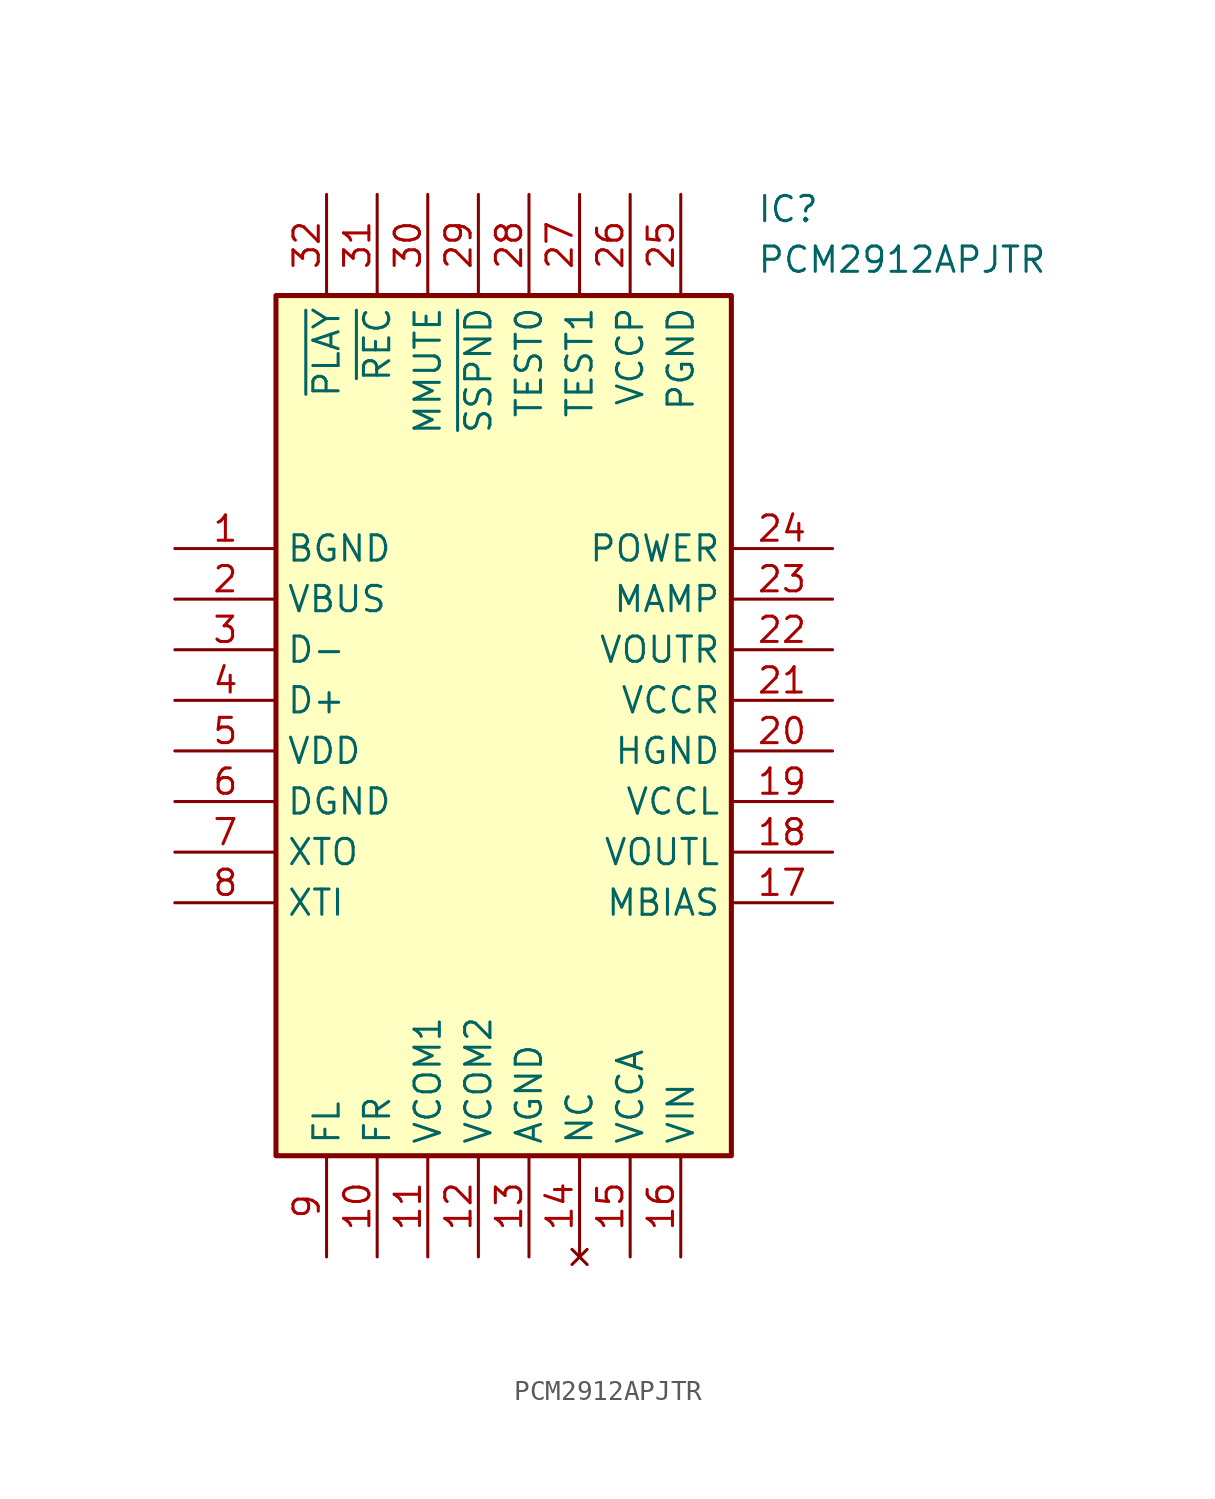
<source format=kicad_sym>
(kicad_symbol_lib
  (version 20211014)
  (generator SamacSys_ECAD_Model)
  (symbol "PCM2912APJTR"
    (property "Reference" "IC"
      (at 29.21 17.78 0)
      (effects (font (size 1.27 1.27)) (justify left top)))
    (property "Value" "PCM2912APJTR"
      (at 29.21 15.24 0)
      (effects (font (size 1.27 1.27)) (justify left top)))
    (rectangle
      (start 5.08 12.7)
      (end 27.94 -30.48)
      (stroke (width 0.254) (type default))
      (fill (type background)))
    (pin power_in line
      (at 0 0 0)
      (length 5.08)
      (name "BGND" (effects (font (size 1.27 1.27))))
      (number "1" (effects (font (size 1.27 1.27)))))
    (pin power_in line
      (at 0 -2.54 0)
      (length 5.08)
      (name "VBUS" (effects (font (size 1.27 1.27))))
      (number "2" (effects (font (size 1.27 1.27)))))
    (pin bidirectional line
      (at 0 -5.08 0)
      (length 5.08)
      (name "D-" (effects (font (size 1.27 1.27))))
      (number "3" (effects (font (size 1.27 1.27)))))
    (pin bidirectional line
      (at 0 -7.62 0)
      (length 5.08)
      (name "D+" (effects (font (size 1.27 1.27))))
      (number "4" (effects (font (size 1.27 1.27)))))
    (pin power_in line
      (at 0 -10.16 0)
      (length 5.08)
      (name "VDD" (effects (font (size 1.27 1.27))))
      (number "5" (effects (font (size 1.27 1.27)))))
    (pin power_in line
      (at 0 -12.7 0)
      (length 5.08)
      (name "DGND" (effects (font (size 1.27 1.27))))
      (number "6" (effects (font (size 1.27 1.27)))))
    (pin output line
      (at 0 -15.24 0)
      (length 5.08)
      (name "XTO" (effects (font (size 1.27 1.27))))
      (number "7" (effects (font (size 1.27 1.27)))))
    (pin input line
      (at 0 -17.78 0)
      (length 5.08)
      (name "XTI" (effects (font (size 1.27 1.27))))
      (number "8" (effects (font (size 1.27 1.27)))))
    (pin passive line
      (at 7.62 -35.56 90)
      (length 5.08)
      (name "FL" (effects (font (size 1.27 1.27))))
      (number "9" (effects (font (size 1.27 1.27)))))
    (pin passive line
      (at 10.16 -35.56 90)
      (length 5.08)
      (name "FR" (effects (font (size 1.27 1.27))))
      (number "10" (effects (font (size 1.27 1.27)))))
    (pin power_in line
      (at 12.7 -35.56 90)
      (length 5.08)
      (name "VCOM1" (effects (font (size 1.27 1.27))))
      (number "11" (effects (font (size 1.27 1.27)))))
    (pin power_in line
      (at 15.24 -35.56 90)
      (length 5.08)
      (name "VCOM2" (effects (font (size 1.27 1.27))))
      (number "12" (effects (font (size 1.27 1.27)))))
    (pin power_in line
      (at 17.78 -35.56 90)
      (length 5.08)
      (name "AGND" (effects (font (size 1.27 1.27))))
      (number "13" (effects (font (size 1.27 1.27)))))
    (pin no_connect line
      (at 20.32 -35.56 90)
      (length 5.08)
      (name "NC" (effects (font (size 1.27 1.27))))
      (number "14" (effects (font (size 1.27 1.27)))))
    (pin power_in line
      (at 22.86 -35.56 90)
      (length 5.08)
      (name "VCCA" (effects (font (size 1.27 1.27))))
      (number "15" (effects (font (size 1.27 1.27)))))
    (pin input line
      (at 25.4 -35.56 90)
      (length 5.08)
      (name "VIN" (effects (font (size 1.27 1.27))))
      (number "16" (effects (font (size 1.27 1.27)))))
    (pin input line
      (at 33.02 0 180)
      (length 5.08)
      (name "POWER" (effects (font (size 1.27 1.27))))
      (number "24" (effects (font (size 1.27 1.27)))))
    (pin input line
      (at 33.02 -2.54 180)
      (length 5.08)
      (name "MAMP" (effects (font (size 1.27 1.27))))
      (number "23" (effects (font (size 1.27 1.27)))))
    (pin output line
      (at 33.02 -5.08 180)
      (length 5.08)
      (name "VOUTR" (effects (font (size 1.27 1.27))))
      (number "22" (effects (font (size 1.27 1.27)))))
    (pin power_in line
      (at 33.02 -7.62 180)
      (length 5.08)
      (name "VCCR" (effects (font (size 1.27 1.27))))
      (number "21" (effects (font (size 1.27 1.27)))))
    (pin power_in line
      (at 33.02 -10.16 180)
      (length 5.08)
      (name "HGND" (effects (font (size 1.27 1.27))))
      (number "20" (effects (font (size 1.27 1.27)))))
    (pin power_in line
      (at 33.02 -12.7 180)
      (length 5.08)
      (name "VCCL" (effects (font (size 1.27 1.27))))
      (number "19" (effects (font (size 1.27 1.27)))))
    (pin output line
      (at 33.02 -15.24 180)
      (length 5.08)
      (name "VOUTL" (effects (font (size 1.27 1.27))))
      (number "18" (effects (font (size 1.27 1.27)))))
    (pin output line
      (at 33.02 -17.78 180)
      (length 5.08)
      (name "MBIAS" (effects (font (size 1.27 1.27))))
      (number "17" (effects (font (size 1.27 1.27)))))
    (pin output line
      (at 7.62 17.78 270)
      (length 5.08)
      (name "~{PLAY}" (effects (font (size 1.27 1.27))))
      (number "32" (effects (font (size 1.27 1.27)))))
    (pin output line
      (at 10.16 17.78 270)
      (length 5.08)
      (name "~{REC}" (effects (font (size 1.27 1.27))))
      (number "31" (effects (font (size 1.27 1.27)))))
    (pin input line
      (at 12.7 17.78 270)
      (length 5.08)
      (name "MMUTE" (effects (font (size 1.27 1.27))))
      (number "30" (effects (font (size 1.27 1.27)))))
    (pin output line
      (at 15.24 17.78 270)
      (length 5.08)
      (name "~{SSPND}" (effects (font (size 1.27 1.27))))
      (number "29" (effects (font (size 1.27 1.27)))))
    (pin input line
      (at 17.78 17.78 270)
      (length 5.08)
      (name "TEST0" (effects (font (size 1.27 1.27))))
      (number "28" (effects (font (size 1.27 1.27)))))
    (pin input line
      (at 20.32 17.78 270)
      (length 5.08)
      (name "TEST1" (effects (font (size 1.27 1.27))))
      (number "27" (effects (font (size 1.27 1.27)))))
    (pin power_in line
      (at 22.86 17.78 270)
      (length 5.08)
      (name "VCCP" (effects (font (size 1.27 1.27))))
      (number "26" (effects (font (size 1.27 1.27)))))
    (pin power_in line
      (at 25.4 17.78 270)
      (length 5.08)
      (name "PGND" (effects (font (size 1.27 1.27))))
      (number "25" (effects (font (size 1.27 1.27)))))))
</source>
